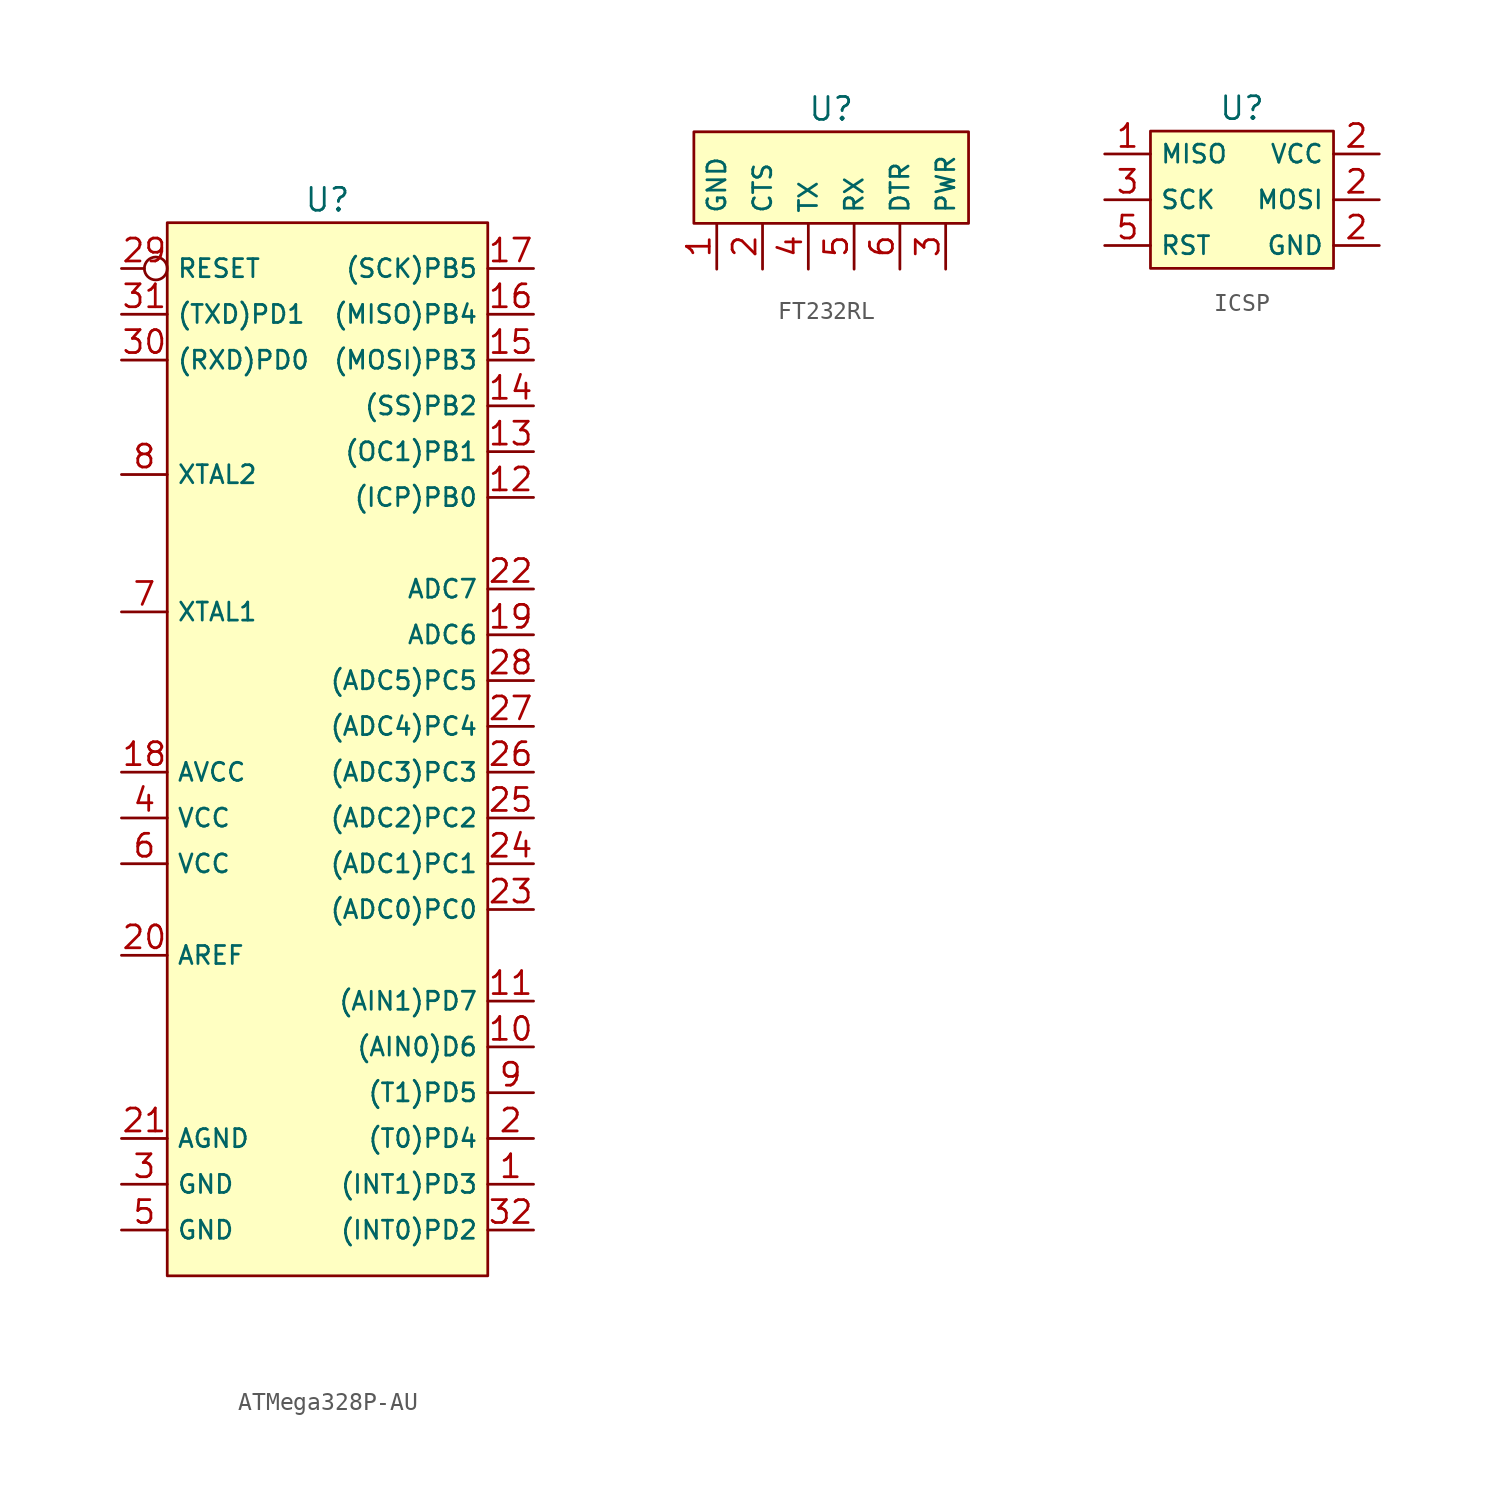
<source format=kicad_sym>
(kicad_symbol_lib
  (version 20220914)
  (generator kicad_symbol_editor)
  (symbol "ATMega328P-AU"
    (property "Reference" "U"
      (at 0 30.48 0)
      (effects (font (size 1.27 1.27))))
    (property "Value" ""
      (at 0 13.97 0)
      (effects (font (size 1.27 1.27))))
    (symbol "ATMega328P-AU_1_1"
      (rectangle (start -8.89 29.21) (end 8.89 -29.21) (stroke (width 0) (type default)) (fill (type background)))
      (pin bidirectional line (at 11.43 -24.13 180) (length 2.54) (name "(INT1)PD3" (effects (font (size 1 1)))) (number "1" (effects (font (size 1.27 1.27)))))
      (pin bidirectional line (at 11.43 -16.51 180) (length 2.54) (name "(AIN0)D6" (effects (font (size 1 1)))) (number "10" (effects (font (size 1.27 1.27)))))
      (pin bidirectional line (at 11.43 -13.97 180) (length 2.54) (name "(AIN1)PD7" (effects (font (size 1 1)))) (number "11" (effects (font (size 1.27 1.27)))))
      (pin bidirectional line (at 11.43 13.97 180) (length 2.54) (name "(ICP)PB0" (effects (font (size 1 1)))) (number "12" (effects (font (size 1.27 1.27)))))
      (pin bidirectional line (at 11.43 16.51 180) (length 2.54) (name "(OC1)PB1" (effects (font (size 1 1)))) (number "13" (effects (font (size 1.27 1.27)))))
      (pin bidirectional line (at 11.43 19.05 180) (length 2.54) (name "(SS)PB2" (effects (font (size 1 1)))) (number "14" (effects (font (size 1.27 1.27)))))
      (pin bidirectional line (at 11.43 21.59 180) (length 2.54) (name "(MOSI)PB3" (effects (font (size 1 1)))) (number "15" (effects (font (size 1.27 1.27)))))
      (pin bidirectional line (at 11.43 24.13 180) (length 2.54) (name "(MISO)PB4" (effects (font (size 1 1)))) (number "16" (effects (font (size 1.27 1.27)))))
      (pin bidirectional line (at 11.43 26.67 180) (length 2.54) (name "(SCK)PB5" (effects (font (size 1 1)))) (number "17" (effects (font (size 1.27 1.27)))))
      (pin input line (at -11.43 -1.27 0) (length 2.54) (name "AVCC" (effects (font (size 1 1)))) (number "18" (effects (font (size 1.27 1.27)))))
      (pin bidirectional line (at 11.43 6.35 180) (length 2.54) (name "ADC6" (effects (font (size 1 1)))) (number "19" (effects (font (size 1.27 1.27)))))
      (pin bidirectional line (at 11.43 -21.59 180) (length 2.54) (name "(T0)PD4" (effects (font (size 1 1)))) (number "2" (effects (font (size 1.27 1.27)))))
      (pin input line (at -11.43 -11.43 0) (length 2.54) (name "AREF" (effects (font (size 1 1)))) (number "20" (effects (font (size 1.27 1.27)))))
      (pin input line (at -11.43 -21.59 0) (length 2.54) (name "AGND" (effects (font (size 1 1)))) (number "21" (effects (font (size 1.27 1.27)))))
      (pin bidirectional line (at 11.43 8.89 180) (length 2.54) (name "ADC7" (effects (font (size 1 1)))) (number "22" (effects (font (size 1.27 1.27)))))
      (pin bidirectional line (at 11.43 -8.89 180) (length 2.54) (name "(ADC0)PC0" (effects (font (size 1 1)))) (number "23" (effects (font (size 1.27 1.27)))))
      (pin bidirectional line (at 11.43 -6.35 180) (length 2.54) (name "(ADC1)PC1" (effects (font (size 1 1)))) (number "24" (effects (font (size 1.27 1.27)))))
      (pin bidirectional line (at 11.43 -3.81 180) (length 2.54) (name "(ADC2)PC2" (effects (font (size 1 1)))) (number "25" (effects (font (size 1.27 1.27)))))
      (pin bidirectional line (at 11.43 -1.27 180) (length 2.54) (name "(ADC3)PC3" (effects (font (size 1 1)))) (number "26" (effects (font (size 1.27 1.27)))))
      (pin bidirectional line (at 11.43 1.27 180) (length 2.54) (name "(ADC4)PC4" (effects (font (size 1 1)))) (number "27" (effects (font (size 1.27 1.27)))))
      (pin bidirectional line (at 11.43 3.81 180) (length 2.54) (name "(ADC5)PC5" (effects (font (size 1 1)))) (number "28" (effects (font (size 1.27 1.27)))))
      (pin input inverted (at -11.43 26.67 0) (length 2.54) (name "RESET" (effects (font (size 1 1)))) (number "29" (effects (font (size 1.27 1.27)))))
      (pin input line (at -11.43 -24.13 0) (length 2.54) (name "GND" (effects (font (size 1 1)))) (number "3" (effects (font (size 1.27 1.27)))))
      (pin bidirectional line (at -11.43 21.59 0) (length 2.54) (name "(RXD)PD0" (effects (font (size 1 1)))) (number "30" (effects (font (size 1.27 1.27)))))
      (pin bidirectional line (at -11.43 24.13 0) (length 2.54) (name "(TXD)PD1" (effects (font (size 1 1)))) (number "31" (effects (font (size 1.27 1.27)))))
      (pin bidirectional line (at 11.43 -26.67 180) (length 2.54) (name "(INT0)PD2" (effects (font (size 1 1)))) (number "32" (effects (font (size 1.27 1.27)))))
      (pin input line (at -11.43 -3.81 0) (length 2.54) (name "VCC" (effects (font (size 1 1)))) (number "4" (effects (font (size 1.27 1.27)))))
      (pin input line (at -11.43 -26.67 0) (length 2.54) (name "GND" (effects (font (size 1 1)))) (number "5" (effects (font (size 1.27 1.27)))))
      (pin input line (at -11.43 -6.35 0) (length 2.54) (name "VCC" (effects (font (size 1 1)))) (number "6" (effects (font (size 1.27 1.27)))))
      (pin input line (at -11.43 7.62 0) (length 2.54) (name "XTAL1" (effects (font (size 1 1)))) (number "7" (effects (font (size 1.27 1.27)))))
      (pin input line (at -11.43 15.24 0) (length 2.54) (name "XTAL2" (effects (font (size 1 1)))) (number "8" (effects (font (size 1.27 1.27)))))
      (pin bidirectional line (at 11.43 -19.05 180) (length 2.54) (name "(T1)PD5" (effects (font (size 1 1)))) (number "9" (effects (font (size 1.27 1.27)))))))
  (symbol "FT232RL"
    (property "Reference" "U"
      (at 0 3.81 0)
      (effects (font (size 1.27 1.27))))
    (property "Value" ""
      (at 0 0 0)
      (effects (font (size 1.27 1.27))))
    (symbol "FT232RL_1_1"
      (rectangle (start -7.62 2.54) (end 7.62 -2.54) (stroke (width 0) (type default)) (fill (type background)))
      (pin input line (at -6.35 -5.08 90) (length 2.54) (name "GND" (effects (font (size 1 1)))) (number "1" (effects (font (size 1.27 1.27)))))
      (pin input line (at -3.81 -5.08 90) (length 2.54) (name "CTS" (effects (font (size 1 1)))) (number "2" (effects (font (size 1.27 1.27)))))
      (pin input line (at 6.35 -5.08 90) (length 2.54) (name "PWR" (effects (font (size 1 1)))) (number "3" (effects (font (size 1.27 1.27)))))
      (pin input line (at -1.27 -5.08 90) (length 2.54) (name "TX" (effects (font (size 1 1)))) (number "4" (effects (font (size 1.27 1.27)))))
      (pin input line (at 1.27 -5.08 90) (length 2.54) (name "RX" (effects (font (size 1 1)))) (number "5" (effects (font (size 1.27 1.27)))))
      (pin input line (at 3.81 -5.08 90) (length 2.54) (name "DTR" (effects (font (size 1 1)))) (number "6" (effects (font (size 1.27 1.27)))))))
  (symbol "ICSP"
    (property "Reference" "U"
      (at 0 5.08 0)
      (effects (font (size 1.27 1.27))))
    (property "Value" ""
      (at 0 0 0)
      (effects (font (size 1.27 1.27))))
    (symbol "ICSP_1_1"
      (rectangle (start -5.08 3.81) (end 5.08 -3.81) (stroke (width 0) (type default)) (fill (type background)))
      (pin input line (at -7.62 2.54 0) (length 2.54) (name "MISO" (effects (font (size 1 1)))) (number "1" (effects (font (size 1.27 1.27)))))
      (pin input line (at 7.62 -2.54 180) (length 2.54) (name "GND" (effects (font (size 1 1)))) (number "2" (effects (font (size 1.27 1.27)))))
      (pin input line (at 7.62 0 180) (length 2.54) (name "MOSI" (effects (font (size 1 1)))) (number "2" (effects (font (size 1.27 1.27)))))
      (pin input line (at 7.62 2.54 180) (length 2.54) (name "VCC" (effects (font (size 1 1)))) (number "2" (effects (font (size 1.27 1.27)))))
      (pin input line (at -7.62 0 0) (length 2.54) (name "SCK" (effects (font (size 1 1)))) (number "3" (effects (font (size 1.27 1.27)))))
      (pin input line (at -7.62 -2.54 0) (length 2.54) (name "RST" (effects (font (size 1 1)))) (number "5" (effects (font (size 1.27 1.27))))))))
</source>
